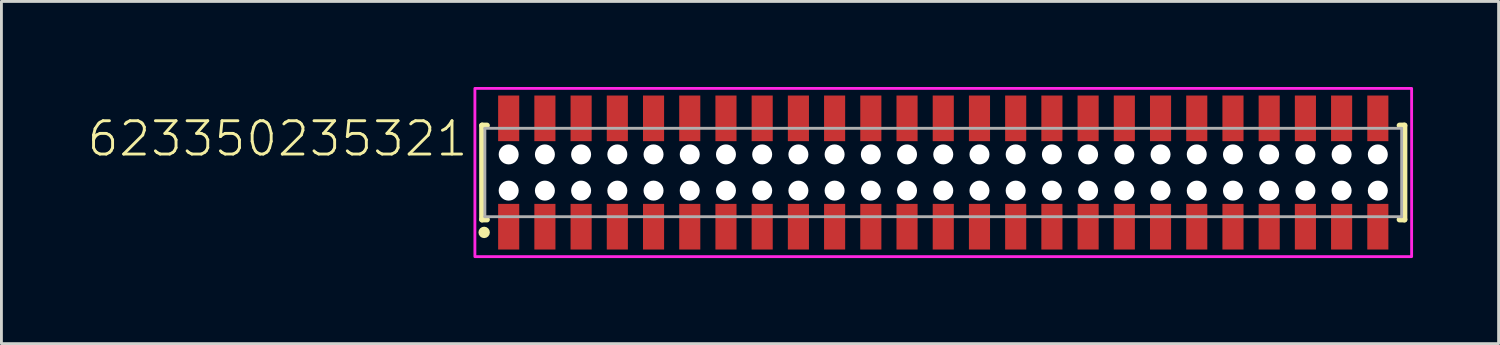
<source format=kicad_pcb>
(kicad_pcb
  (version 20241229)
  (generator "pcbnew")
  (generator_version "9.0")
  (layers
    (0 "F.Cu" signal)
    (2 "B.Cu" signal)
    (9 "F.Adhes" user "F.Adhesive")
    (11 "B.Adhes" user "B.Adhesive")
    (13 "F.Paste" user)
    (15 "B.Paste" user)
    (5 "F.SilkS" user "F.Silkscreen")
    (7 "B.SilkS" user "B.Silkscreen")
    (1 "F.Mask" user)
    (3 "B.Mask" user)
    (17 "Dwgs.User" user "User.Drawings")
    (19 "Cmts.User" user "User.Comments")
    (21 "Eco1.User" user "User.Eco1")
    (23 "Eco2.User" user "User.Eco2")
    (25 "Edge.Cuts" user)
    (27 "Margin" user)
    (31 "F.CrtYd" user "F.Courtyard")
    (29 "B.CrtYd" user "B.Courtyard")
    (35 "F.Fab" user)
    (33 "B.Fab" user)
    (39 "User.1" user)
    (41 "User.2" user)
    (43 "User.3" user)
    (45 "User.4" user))
  (footprint "623350235321"
    (layer "F.Cu")
    (at 30.029 3)
    (property "Reference" "623350235321" (at -16.605 -0.5 0) (unlocked yes) (layer "F.SilkS") (effects (font (size 1.168 1.168) (thickness 0.102)) (justify right bottom)))
    (fp_line (start -16.175 -1.65) (end -16.175 1.65) (stroke (width 0.2) (type solid)) (layer "F.SilkS"))
    (fp_line (start -16.175 1.65) (end -16 1.65) (stroke (width 0.2) (type solid)) (layer "F.SilkS"))
    (fp_line (start -16 -1.65) (end -16.175 -1.65) (stroke (width 0.2) (type solid)) (layer "F.SilkS"))
    (fp_line (start 16 -1.65) (end 16.175 -1.65) (stroke (width 0.2) (type solid)) (layer "F.SilkS"))
    (fp_line (start 16.175 -1.65) (end 16.175 1.65) (stroke (width 0.2) (type solid)) (layer "F.SilkS"))
    (fp_line (start 16.175 1.65) (end 16 1.65) (stroke (width 0.2) (type solid)) (layer "F.SilkS"))
    (fp_circle (center -16.1 2.1) (end -16 2.1) (stroke (width 0.2) (type solid)) (fill no) (layer "F.SilkS"))
    (fp_poly (pts (xy 16.425 2.95) (xy -16.425 2.95) (xy -16.425 -2.95) (xy 16.425 -2.95)) (stroke (width 0.1) (type default)) (fill no) (layer "F.CrtYd"))
    (fp_line (start -16.075 -1.55) (end -16.075 1.55) (stroke (width 0.1) (type solid)) (layer "F.Fab"))
    (fp_line (start -16.075 1.55) (end 16.075 1.55) (stroke (width 0.1) (type solid)) (layer "F.Fab"))
    (fp_line (start 16.075 -1.55) (end -16.075 -1.55) (stroke (width 0.1) (type solid)) (layer "F.Fab"))
    (fp_line (start 16.075 1.55) (end 16.075 -1.55) (stroke (width 0.1) (type solid)) (layer "F.Fab"))
    (pad "" np_thru_hole circle (at -15.24 -0.635) (size 0.7 0.7) (drill 0.7) (layers "*.Cu" "*.Mask"))
    (pad "" np_thru_hole circle (at -15.24 0.635) (size 0.7 0.7) (drill 0.7) (layers "*.Cu" "*.Mask"))
    (pad "" np_thru_hole circle (at -13.97 -0.635) (size 0.7 0.7) (drill 0.7) (layers "*.Cu" "*.Mask"))
    (pad "" np_thru_hole circle (at -13.97 0.635) (size 0.7 0.7) (drill 0.7) (layers "*.Cu" "*.Mask"))
    (pad "" np_thru_hole circle (at -12.7 -0.635) (size 0.7 0.7) (drill 0.7) (layers "*.Cu" "*.Mask"))
    (pad "" np_thru_hole circle (at -12.7 0.635) (size 0.7 0.7) (drill 0.7) (layers "*.Cu" "*.Mask"))
    (pad "" np_thru_hole circle (at -11.43 -0.635) (size 0.7 0.7) (drill 0.7) (layers "*.Cu" "*.Mask"))
    (pad "" np_thru_hole circle (at -11.43 0.635) (size 0.7 0.7) (drill 0.7) (layers "*.Cu" "*.Mask"))
    (pad "" np_thru_hole circle (at -10.16 -0.635) (size 0.7 0.7) (drill 0.7) (layers "*.Cu" "*.Mask"))
    (pad "" np_thru_hole circle (at -10.16 0.635) (size 0.7 0.7) (drill 0.7) (layers "*.Cu" "*.Mask"))
    (pad "" np_thru_hole circle (at -8.89 -0.635) (size 0.7 0.7) (drill 0.7) (layers "*.Cu" "*.Mask"))
    (pad "" np_thru_hole circle (at -8.89 0.635) (size 0.7 0.7) (drill 0.7) (layers "*.Cu" "*.Mask"))
    (pad "" np_thru_hole circle (at -7.62 -0.635) (size 0.7 0.7) (drill 0.7) (layers "*.Cu" "*.Mask"))
    (pad "" np_thru_hole circle (at -7.62 0.635) (size 0.7 0.7) (drill 0.7) (layers "*.Cu" "*.Mask"))
    (pad "" np_thru_hole circle (at -6.35 -0.635) (size 0.7 0.7) (drill 0.7) (layers "*.Cu" "*.Mask"))
    (pad "" np_thru_hole circle (at -6.35 0.635) (size 0.7 0.7) (drill 0.7) (layers "*.Cu" "*.Mask"))
    (pad "" np_thru_hole circle (at -5.08 -0.635) (size 0.7 0.7) (drill 0.7) (layers "*.Cu" "*.Mask"))
    (pad "" np_thru_hole circle (at -5.08 0.635) (size 0.7 0.7) (drill 0.7) (layers "*.Cu" "*.Mask"))
    (pad "" np_thru_hole circle (at -3.81 -0.635) (size 0.7 0.7) (drill 0.7) (layers "*.Cu" "*.Mask"))
    (pad "" np_thru_hole circle (at -3.81 0.635) (size 0.7 0.7) (drill 0.7) (layers "*.Cu" "*.Mask"))
    (pad "" np_thru_hole circle (at -2.54 -0.635) (size 0.7 0.7) (drill 0.7) (layers "*.Cu" "*.Mask"))
    (pad "" np_thru_hole circle (at -2.54 0.635) (size 0.7 0.7) (drill 0.7) (layers "*.Cu" "*.Mask"))
    (pad "" np_thru_hole circle (at -1.27 -0.635) (size 0.7 0.7) (drill 0.7) (layers "*.Cu" "*.Mask"))
    (pad "" np_thru_hole circle (at -1.27 0.635) (size 0.7 0.7) (drill 0.7) (layers "*.Cu" "*.Mask"))
    (pad "" np_thru_hole circle (at 0 -0.635) (size 0.7 0.7) (drill 0.7) (layers "*.Cu" "*.Mask"))
    (pad "" np_thru_hole circle (at 0 0.635) (size 0.7 0.7) (drill 0.7) (layers "*.Cu" "*.Mask"))
    (pad "" np_thru_hole circle (at 1.27 -0.635) (size 0.7 0.7) (drill 0.7) (layers "*.Cu" "*.Mask"))
    (pad "" np_thru_hole circle (at 1.27 0.635) (size 0.7 0.7) (drill 0.7) (layers "*.Cu" "*.Mask"))
    (pad "" np_thru_hole circle (at 2.54 -0.635) (size 0.7 0.7) (drill 0.7) (layers "*.Cu" "*.Mask"))
    (pad "" np_thru_hole circle (at 2.54 0.635) (size 0.7 0.7) (drill 0.7) (layers "*.Cu" "*.Mask"))
    (pad "" np_thru_hole circle (at 3.81 -0.635) (size 0.7 0.7) (drill 0.7) (layers "*.Cu" "*.Mask"))
    (pad "" np_thru_hole circle (at 3.81 0.635) (size 0.7 0.7) (drill 0.7) (layers "*.Cu" "*.Mask"))
    (pad "" np_thru_hole circle (at 5.08 -0.635) (size 0.7 0.7) (drill 0.7) (layers "*.Cu" "*.Mask"))
    (pad "" np_thru_hole circle (at 5.08 0.635) (size 0.7 0.7) (drill 0.7) (layers "*.Cu" "*.Mask"))
    (pad "" np_thru_hole circle (at 6.35 -0.635) (size 0.7 0.7) (drill 0.7) (layers "*.Cu" "*.Mask"))
    (pad "" np_thru_hole circle (at 6.35 0.635) (size 0.7 0.7) (drill 0.7) (layers "*.Cu" "*.Mask"))
    (pad "" np_thru_hole circle (at 7.62 -0.635) (size 0.7 0.7) (drill 0.7) (layers "*.Cu" "*.Mask"))
    (pad "" np_thru_hole circle (at 7.62 0.635) (size 0.7 0.7) (drill 0.7) (layers "*.Cu" "*.Mask"))
    (pad "" np_thru_hole circle (at 8.89 -0.635) (size 0.7 0.7) (drill 0.7) (layers "*.Cu" "*.Mask"))
    (pad "" np_thru_hole circle (at 8.89 0.635) (size 0.7 0.7) (drill 0.7) (layers "*.Cu" "*.Mask"))
    (pad "" np_thru_hole circle (at 10.16 -0.635) (size 0.7 0.7) (drill 0.7) (layers "*.Cu" "*.Mask"))
    (pad "" np_thru_hole circle (at 10.16 0.635) (size 0.7 0.7) (drill 0.7) (layers "*.Cu" "*.Mask"))
    (pad "" np_thru_hole circle (at 11.43 -0.635) (size 0.7 0.7) (drill 0.7) (layers "*.Cu" "*.Mask"))
    (pad "" np_thru_hole circle (at 11.43 0.635) (size 0.7 0.7) (drill 0.7) (layers "*.Cu" "*.Mask"))
    (pad "" np_thru_hole circle (at 12.7 -0.635) (size 0.7 0.7) (drill 0.7) (layers "*.Cu" "*.Mask"))
    (pad "" np_thru_hole circle (at 12.7 0.635) (size 0.7 0.7) (drill 0.7) (layers "*.Cu" "*.Mask"))
    (pad "" np_thru_hole circle (at 13.97 -0.635) (size 0.7 0.7) (drill 0.7) (layers "*.Cu" "*.Mask"))
    (pad "" np_thru_hole circle (at 13.97 0.635) (size 0.7 0.7) (drill 0.7) (layers "*.Cu" "*.Mask"))
    (pad "" np_thru_hole circle (at 15.24 -0.635) (size 0.7 0.7) (drill 0.7) (layers "*.Cu" "*.Mask"))
    (pad "" np_thru_hole circle (at 15.24 0.635) (size 0.7 0.7) (drill 0.7) (layers "*.Cu" "*.Mask"))
    (pad "1" smd rect (at -15.24 1.9) (size 0.74 1.6) (layers "F.Cu" "F.Mask" "F.Paste"))
    (pad "2" smd rect (at -15.24 -1.9 180) (size 0.74 1.6) (layers "F.Cu" "F.Mask" "F.Paste"))
    (pad "3" smd rect (at -13.97 1.9) (size 0.74 1.6) (layers "F.Cu" "F.Mask" "F.Paste"))
    (pad "4" smd rect (at -13.97 -1.9) (size 0.74 1.6) (layers "F.Cu" "F.Mask" "F.Paste"))
    (pad "5" smd rect (at -12.7 1.9) (size 0.74 1.6) (layers "F.Cu" "F.Mask" "F.Paste"))
    (pad "6" smd rect (at -12.7 -1.9) (size 0.74 1.6) (layers "F.Cu" "F.Mask" "F.Paste"))
    (pad "7" smd rect (at -11.43 1.9) (size 0.74 1.6) (layers "F.Cu" "F.Mask" "F.Paste"))
    (pad "8" smd rect (at -11.43 -1.9) (size 0.74 1.6) (layers "F.Cu" "F.Mask" "F.Paste"))
    (pad "9" smd rect (at -10.16 1.9) (size 0.74 1.6) (layers "F.Cu" "F.Mask" "F.Paste"))
    (pad "10" smd rect (at -10.16 -1.9) (size 0.74 1.6) (layers "F.Cu" "F.Mask" "F.Paste"))
    (pad "11" smd rect (at -8.89 1.9) (size 0.74 1.6) (layers "F.Cu" "F.Mask" "F.Paste"))
    (pad "12" smd rect (at -8.89 -1.9) (size 0.74 1.6) (layers "F.Cu" "F.Mask" "F.Paste"))
    (pad "13" smd rect (at -7.62 1.9) (size 0.74 1.6) (layers "F.Cu" "F.Mask" "F.Paste"))
    (pad "14" smd rect (at -7.62 -1.9) (size 0.74 1.6) (layers "F.Cu" "F.Mask" "F.Paste"))
    (pad "15" smd rect (at -6.35 1.9) (size 0.74 1.6) (layers "F.Cu" "F.Mask" "F.Paste"))
    (pad "16" smd rect (at -6.35 -1.9) (size 0.74 1.6) (layers "F.Cu" "F.Mask" "F.Paste"))
    (pad "17" smd rect (at -5.08 1.9) (size 0.74 1.6) (layers "F.Cu" "F.Mask" "F.Paste"))
    (pad "18" smd rect (at -5.08 -1.9) (size 0.74 1.6) (layers "F.Cu" "F.Mask" "F.Paste"))
    (pad "19" smd rect (at -3.81 1.9) (size 0.74 1.6) (layers "F.Cu" "F.Mask" "F.Paste"))
    (pad "20" smd rect (at -3.81 -1.9) (size 0.74 1.6) (layers "F.Cu" "F.Mask" "F.Paste"))
    (pad "21" smd rect (at -2.54 1.9) (size 0.74 1.6) (layers "F.Cu" "F.Mask" "F.Paste"))
    (pad "22" smd rect (at -2.54 -1.9) (size 0.74 1.6) (layers "F.Cu" "F.Mask" "F.Paste"))
    (pad "23" smd rect (at -1.27 1.9) (size 0.74 1.6) (layers "F.Cu" "F.Mask" "F.Paste"))
    (pad "24" smd rect (at -1.27 -1.9) (size 0.74 1.6) (layers "F.Cu" "F.Mask" "F.Paste"))
    (pad "25" smd rect (at 0 1.9) (size 0.74 1.6) (layers "F.Cu" "F.Mask" "F.Paste"))
    (pad "26" smd rect (at 0 -1.9) (size 0.74 1.6) (layers "F.Cu" "F.Mask" "F.Paste"))
    (pad "27" smd rect (at 1.27 1.9) (size 0.74 1.6) (layers "F.Cu" "F.Mask" "F.Paste"))
    (pad "28" smd rect (at 1.27 -1.9) (size 0.74 1.6) (layers "F.Cu" "F.Mask" "F.Paste"))
    (pad "29" smd rect (at 2.54 1.9) (size 0.74 1.6) (layers "F.Cu" "F.Mask" "F.Paste"))
    (pad "30" smd rect (at 2.54 -1.9) (size 0.74 1.6) (layers "F.Cu" "F.Mask" "F.Paste"))
    (pad "31" smd rect (at 3.81 1.9) (size 0.74 1.6) (layers "F.Cu" "F.Mask" "F.Paste"))
    (pad "32" smd rect (at 3.81 -1.9) (size 0.74 1.6) (layers "F.Cu" "F.Mask" "F.Paste"))
    (pad "33" smd rect (at 5.08 1.9) (size 0.74 1.6) (layers "F.Cu" "F.Mask" "F.Paste"))
    (pad "34" smd rect (at 5.08 -1.9) (size 0.74 1.6) (layers "F.Cu" "F.Mask" "F.Paste"))
    (pad "35" smd rect (at 6.35 1.9) (size 0.74 1.6) (layers "F.Cu" "F.Mask" "F.Paste"))
    (pad "36" smd rect (at 6.35 -1.9) (size 0.74 1.6) (layers "F.Cu" "F.Mask" "F.Paste"))
    (pad "37" smd rect (at 7.62 1.9) (size 0.74 1.6) (layers "F.Cu" "F.Mask" "F.Paste"))
    (pad "38" smd rect (at 7.62 -1.9) (size 0.74 1.6) (layers "F.Cu" "F.Mask" "F.Paste"))
    (pad "39" smd rect (at 8.89 1.9) (size 0.74 1.6) (layers "F.Cu" "F.Mask" "F.Paste"))
    (pad "40" smd rect (at 8.89 -1.9) (size 0.74 1.6) (layers "F.Cu" "F.Mask" "F.Paste"))
    (pad "41" smd rect (at 10.16 1.9) (size 0.74 1.6) (layers "F.Cu" "F.Mask" "F.Paste"))
    (pad "42" smd rect (at 10.16 -1.9) (size 0.74 1.6) (layers "F.Cu" "F.Mask" "F.Paste"))
    (pad "43" smd rect (at 11.43 1.9) (size 0.74 1.6) (layers "F.Cu" "F.Mask" "F.Paste"))
    (pad "44" smd rect (at 11.43 -1.9) (size 0.74 1.6) (layers "F.Cu" "F.Mask" "F.Paste"))
    (pad "45" smd rect (at 12.7 1.9) (size 0.74 1.6) (layers "F.Cu" "F.Mask" "F.Paste"))
    (pad "46" smd rect (at 12.7 -1.9) (size 0.74 1.6) (layers "F.Cu" "F.Mask" "F.Paste"))
    (pad "47" smd rect (at 13.97 1.9) (size 0.74 1.6) (layers "F.Cu" "F.Mask" "F.Paste"))
    (pad "48" smd rect (at 13.97 -1.9) (size 0.74 1.6) (layers "F.Cu" "F.Mask" "F.Paste"))
    (pad "49" smd rect (at 15.24 1.9) (size 0.74 1.6) (layers "F.Cu" "F.Mask" "F.Paste"))
    (pad "50" smd rect (at 15.24 -1.9) (size 0.74 1.6) (layers "F.Cu" "F.Mask" "F.Paste")))
  (gr_rect
    (start -3 -3)
    (end 49.504 9)
    (stroke (width 0.1) (type default))
    (fill no)
    (layer "Edge.Cuts")))
</source>
